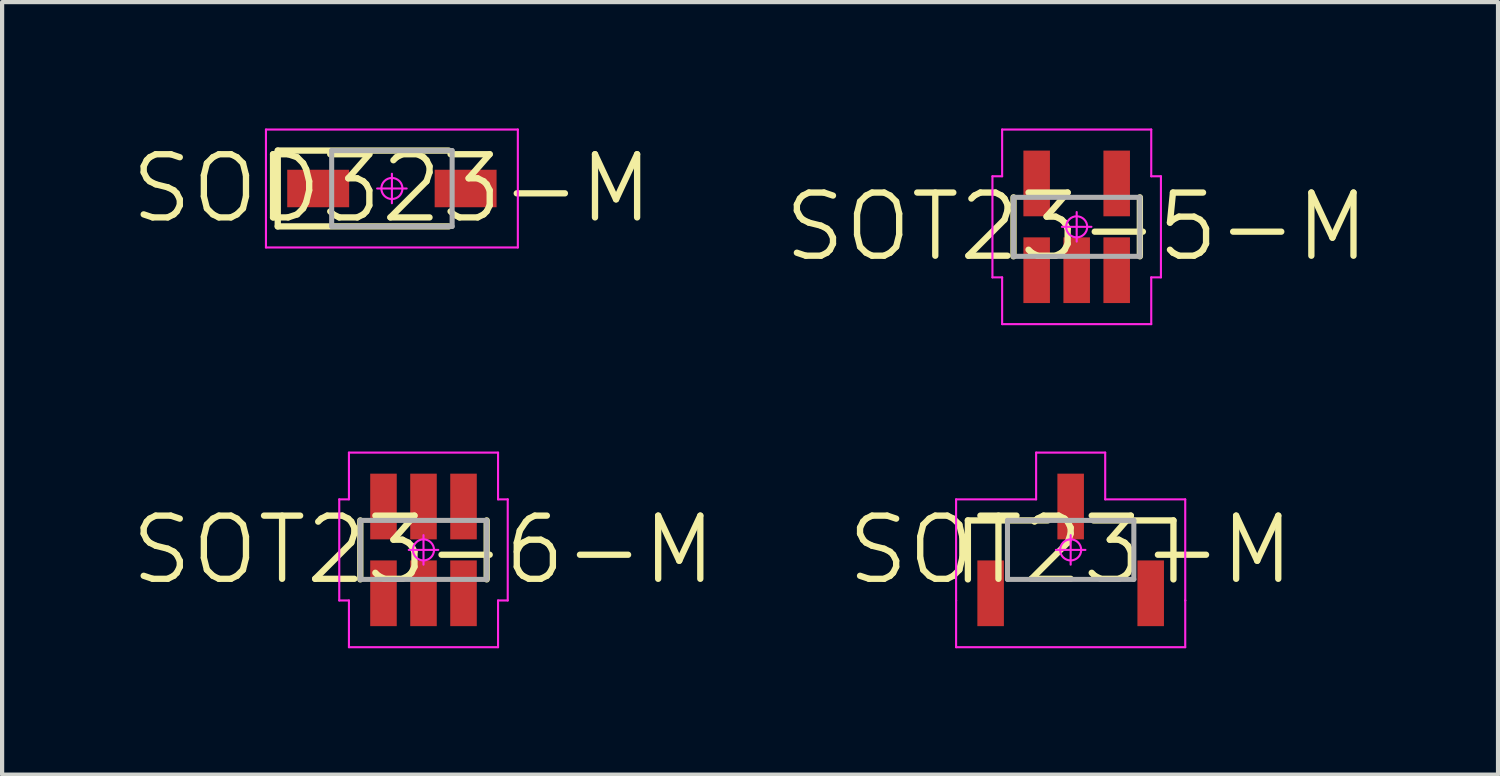
<source format=kicad_pcb>
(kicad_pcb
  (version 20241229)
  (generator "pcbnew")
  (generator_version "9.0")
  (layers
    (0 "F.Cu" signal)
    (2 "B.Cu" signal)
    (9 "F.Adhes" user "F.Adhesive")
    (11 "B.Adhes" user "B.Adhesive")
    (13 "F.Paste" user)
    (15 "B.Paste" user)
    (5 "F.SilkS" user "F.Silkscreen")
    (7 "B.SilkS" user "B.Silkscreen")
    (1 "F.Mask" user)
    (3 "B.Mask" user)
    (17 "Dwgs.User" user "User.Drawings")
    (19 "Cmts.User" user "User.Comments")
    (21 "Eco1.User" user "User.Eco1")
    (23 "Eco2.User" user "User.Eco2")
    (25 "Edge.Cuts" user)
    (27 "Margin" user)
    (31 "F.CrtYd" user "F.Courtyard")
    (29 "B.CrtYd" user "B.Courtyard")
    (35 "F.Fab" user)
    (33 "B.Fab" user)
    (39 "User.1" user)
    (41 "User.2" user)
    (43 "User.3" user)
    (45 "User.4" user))
  (footprint "SOD323-M"
    (layer "F.Cu")
    (at 6.254 1.425)
    (property "Reference" "SOD323-M" (at 0 0 0) (layer "F.SilkS") (effects (font (size 1.5 1.5) (thickness 0.15))))
    (attr smd)
    (fp_line (start -2.71 -0.9) (end -2.71 0.9) (stroke (width 0.15) (type solid)) (layer "F.SilkS"))
    (fp_line (start -2.71 0.9) (end 1.35 0.9) (stroke (width 0.15) (type solid)) (layer "F.SilkS"))
    (fp_line (start 1.35 -0.9) (end -2.71 -0.9) (stroke (width 0.15) (type solid)) (layer "F.SilkS"))
    (fp_line (start -2.99 -1.4) (end 2.99 -1.4) (stroke (width 0.05) (type solid)) (layer "F.CrtYd"))
    (fp_line (start -2.99 1.4) (end -2.99 -1.4) (stroke (width 0.05) (type solid)) (layer "F.CrtYd"))
    (fp_line (start 0 -0.35) (end 0 0.35) (stroke (width 0.05) (type solid)) (layer "F.CrtYd"))
    (fp_line (start 0.35 0) (end -0.35 0) (stroke (width 0.05) (type solid)) (layer "F.CrtYd"))
    (fp_line (start 2.99 -1.4) (end 2.99 1.4) (stroke (width 0.05) (type solid)) (layer "F.CrtYd"))
    (fp_line (start 2.99 1.4) (end -2.99 1.4) (stroke (width 0.05) (type solid)) (layer "F.CrtYd"))
    (fp_circle (center 0 0) (end 0 0.25) (stroke (width 0.05) (type solid)) (fill no) (layer "F.CrtYd"))
    (fp_line (start -1.43 -0.9) (end 1.43 -0.9) (stroke (width 0.12) (type solid)) (layer "F.Fab"))
    (fp_line (start -1.43 0.9) (end -1.43 -0.9) (stroke (width 0.12) (type solid)) (layer "F.Fab"))
    (fp_line (start 1.43 -0.9) (end 1.43 0.9) (stroke (width 0.12) (type solid)) (layer "F.Fab"))
    (fp_line (start 1.43 0.9) (end -1.43 0.9) (stroke (width 0.12) (type solid)) (layer "F.Fab"))
    (pad "A" smd rect (at 1.75 0) (size 1.47 0.89) (layers "F.Cu" "F.Mask" "F.Paste"))
    (pad "C" smd rect (at -1.75 0) (size 1.47 0.89) (layers "F.Cu" "F.Mask" "F.Paste")))
  (footprint "SOT23-5-M"
    (layer "F.Cu")
    (at 22.511 2.335)
    (property "Reference" "SOT23-5-M" (at 0 0 0) (layer "F.SilkS") (effects (font (size 1.5 1.5) (thickness 0.15))))
    (attr smd)
    (fp_line (start -1.5 0.7) (end -1.5 -0.7) (stroke (width 0.15) (type solid)) (layer "F.SilkS"))
    (fp_line (start 1.5 0.7) (end 1.5 -0.7) (stroke (width 0.15) (type solid)) (layer "F.SilkS"))
    (fp_line (start -2 -1.2) (end -2 1.2) (stroke (width 0.05) (type solid)) (layer "F.CrtYd"))
    (fp_line (start -2 1.2) (end -1.77 1.2) (stroke (width 0.05) (type solid)) (layer "F.CrtYd"))
    (fp_line (start -1.77 -2.31) (end -1.77 -1.2) (stroke (width 0.05) (type solid)) (layer "F.CrtYd"))
    (fp_line (start -1.77 -1.2) (end -2 -1.2) (stroke (width 0.05) (type solid)) (layer "F.CrtYd"))
    (fp_line (start -1.77 1.2) (end -1.77 2.31) (stroke (width 0.05) (type solid)) (layer "F.CrtYd"))
    (fp_line (start -1.77 2.31) (end 1.77 2.31) (stroke (width 0.05) (type solid)) (layer "F.CrtYd"))
    (fp_line (start -0.35 0) (end 0.35 0) (stroke (width 0.05) (type solid)) (layer "F.CrtYd"))
    (fp_line (start 0 -0.35) (end 0 0.35) (stroke (width 0.05) (type solid)) (layer "F.CrtYd"))
    (fp_line (start 1.77 -2.31) (end -1.77 -2.31) (stroke (width 0.05) (type solid)) (layer "F.CrtYd"))
    (fp_line (start 1.77 -1.2) (end 1.77 -2.31) (stroke (width 0.05) (type solid)) (layer "F.CrtYd"))
    (fp_line (start 1.77 1.2) (end 2 1.2) (stroke (width 0.05) (type solid)) (layer "F.CrtYd"))
    (fp_line (start 1.77 2.31) (end 1.77 1.2) (stroke (width 0.05) (type solid)) (layer "F.CrtYd"))
    (fp_line (start 2 -1.2) (end 1.77 -1.2) (stroke (width 0.05) (type solid)) (layer "F.CrtYd"))
    (fp_line (start 2 1.2) (end 2 -1.2) (stroke (width 0.05) (type solid)) (layer "F.CrtYd"))
    (fp_circle (center 0 0) (end 0 0.25) (stroke (width 0.05) (type solid)) (fill no) (layer "F.CrtYd"))
    (fp_line (start -1.5 -0.7) (end 1.5 -0.7) (stroke (width 0.12) (type solid)) (layer "F.Fab"))
    (fp_line (start -1.5 0.7) (end -1.5 -0.7) (stroke (width 0.12) (type solid)) (layer "F.Fab"))
    (fp_line (start 1.5 -0.7) (end 1.5 0.7) (stroke (width 0.12) (type solid)) (layer "F.Fab"))
    (fp_line (start 1.5 0.7) (end -1.5 0.7) (stroke (width 0.12) (type solid)) (layer "F.Fab"))
    (pad "1" smd rect (at -0.95 1.03 90) (size 1.56 0.63) (layers "F.Cu" "F.Mask" "F.Paste"))
    (pad "2" smd rect (at 0 1.03 90) (size 1.56 0.63) (layers "F.Cu" "F.Mask" "F.Paste"))
    (pad "3" smd rect (at 0.95 1.03 90) (size 1.56 0.63) (layers "F.Cu" "F.Mask" "F.Paste"))
    (pad "4" smd rect (at 0.95 -1.03 90) (size 1.56 0.63) (layers "F.Cu" "F.Mask" "F.Paste"))
    (pad "5" smd rect (at -0.95 -1.03 90) (size 1.56 0.63) (layers "F.Cu" "F.Mask" "F.Paste")))
  (footprint "SOT23-6-M"
    (layer "F.Cu")
    (at 7.004 10.005)
    (property "Reference" "SOT23-6-M" (at 0 0 0) (layer "F.SilkS") (effects (font (size 1.5 1.5) (thickness 0.15))))
    (attr smd)
    (fp_line (start -1.5 0.7) (end -1.5 -0.7) (stroke (width 0.15) (type solid)) (layer "F.SilkS"))
    (fp_line (start 1.5 0.7) (end 1.5 -0.7) (stroke (width 0.15) (type solid)) (layer "F.SilkS"))
    (fp_line (start -2 -1.2) (end -2 1.2) (stroke (width 0.05) (type solid)) (layer "F.CrtYd"))
    (fp_line (start -2 1.2) (end -1.77 1.2) (stroke (width 0.05) (type solid)) (layer "F.CrtYd"))
    (fp_line (start -1.77 -2.31) (end -1.77 -1.2) (stroke (width 0.05) (type solid)) (layer "F.CrtYd"))
    (fp_line (start -1.77 -1.2) (end -2 -1.2) (stroke (width 0.05) (type solid)) (layer "F.CrtYd"))
    (fp_line (start -1.77 1.2) (end -1.77 2.31) (stroke (width 0.05) (type solid)) (layer "F.CrtYd"))
    (fp_line (start -1.77 2.31) (end 1.77 2.31) (stroke (width 0.05) (type solid)) (layer "F.CrtYd"))
    (fp_line (start -0.35 0) (end 0.35 0) (stroke (width 0.05) (type solid)) (layer "F.CrtYd"))
    (fp_line (start 0 -0.35) (end 0 0.35) (stroke (width 0.05) (type solid)) (layer "F.CrtYd"))
    (fp_line (start 1.77 -2.31) (end -1.77 -2.31) (stroke (width 0.05) (type solid)) (layer "F.CrtYd"))
    (fp_line (start 1.77 -1.2) (end 1.77 -2.31) (stroke (width 0.05) (type solid)) (layer "F.CrtYd"))
    (fp_line (start 1.77 1.2) (end 2 1.2) (stroke (width 0.05) (type solid)) (layer "F.CrtYd"))
    (fp_line (start 1.77 2.31) (end 1.77 1.2) (stroke (width 0.05) (type solid)) (layer "F.CrtYd"))
    (fp_line (start 2 -1.2) (end 1.77 -1.2) (stroke (width 0.05) (type solid)) (layer "F.CrtYd"))
    (fp_line (start 2 1.2) (end 2 -1.2) (stroke (width 0.05) (type solid)) (layer "F.CrtYd"))
    (fp_circle (center 0 0) (end 0 0.25) (stroke (width 0.05) (type solid)) (fill no) (layer "F.CrtYd"))
    (fp_line (start -1.5 -0.7) (end 1.5 -0.7) (stroke (width 0.12) (type solid)) (layer "F.Fab"))
    (fp_line (start -1.5 0.7) (end -1.5 -0.7) (stroke (width 0.12) (type solid)) (layer "F.Fab"))
    (fp_line (start 1.5 -0.7) (end 1.5 0.7) (stroke (width 0.12) (type solid)) (layer "F.Fab"))
    (fp_line (start 1.5 0.7) (end -1.5 0.7) (stroke (width 0.12) (type solid)) (layer "F.Fab"))
    (pad "1" smd rect (at -0.95 1.03 90) (size 1.56 0.63) (layers "F.Cu" "F.Mask" "F.Paste"))
    (pad "2" smd rect (at 0 1.03 90) (size 1.56 0.63) (layers "F.Cu" "F.Mask" "F.Paste"))
    (pad "3" smd rect (at 0.95 1.03 90) (size 1.56 0.63) (layers "F.Cu" "F.Mask" "F.Paste"))
    (pad "4" smd rect (at 0.95 -1.03 90) (size 1.56 0.63) (layers "F.Cu" "F.Mask" "F.Paste"))
    (pad "5" smd rect (at 0 -1.03 90) (size 1.56 0.63) (layers "F.Cu" "F.Mask" "F.Paste"))
    (pad "6" smd rect (at -0.95 -1.03 90) (size 1.56 0.63) (layers "F.Cu" "F.Mask" "F.Paste")))
  (footprint "SOT23-M"
    (layer "F.Cu")
    (at 22.368 10.005)
    (property "Reference" "SOT23-M" (at 0 0 0) (layer "F.SilkS") (effects (font (size 1.5 1.5) (thickness 0.15))))
    (attr smd)
    (fp_line (start -2.44 -0.7) (end -0.54 -0.7) (stroke (width 0.15) (type solid)) (layer "F.SilkS"))
    (fp_line (start -2.44 0.7) (end -2.44 -0.7) (stroke (width 0.15) (type solid)) (layer "F.SilkS"))
    (fp_line (start 2.44 -0.7) (end 0.54 -0.7) (stroke (width 0.15) (type solid)) (layer "F.SilkS"))
    (fp_line (start 2.44 0.7) (end 2.44 -0.7) (stroke (width 0.15) (type solid)) (layer "F.SilkS"))
    (fp_line (start -2.72 -1.2) (end -2.72 1.2) (stroke (width 0.05) (type solid)) (layer "F.CrtYd"))
    (fp_line (start -2.72 1.2) (end -2.72 1.2) (stroke (width 0.05) (type solid)) (layer "F.CrtYd"))
    (fp_line (start -2.72 1.2) (end -2.72 2.31) (stroke (width 0.05) (type solid)) (layer "F.CrtYd"))
    (fp_line (start -2.72 2.31) (end 2.72 2.31) (stroke (width 0.05) (type solid)) (layer "F.CrtYd"))
    (fp_line (start -0.82 -2.31) (end -0.82 -1.2) (stroke (width 0.05) (type solid)) (layer "F.CrtYd"))
    (fp_line (start -0.82 -1.2) (end -2.72 -1.2) (stroke (width 0.05) (type solid)) (layer "F.CrtYd"))
    (fp_line (start -0.35 0) (end 0.35 0) (stroke (width 0.05) (type solid)) (layer "F.CrtYd"))
    (fp_line (start 0 -0.35) (end 0 0.35) (stroke (width 0.05) (type solid)) (layer "F.CrtYd"))
    (fp_line (start 0.82 -2.31) (end -0.82 -2.31) (stroke (width 0.05) (type solid)) (layer "F.CrtYd"))
    (fp_line (start 0.82 -1.2) (end 0.82 -2.31) (stroke (width 0.05) (type solid)) (layer "F.CrtYd"))
    (fp_line (start 2.72 -1.2) (end 0.82 -1.2) (stroke (width 0.05) (type solid)) (layer "F.CrtYd"))
    (fp_line (start 2.72 1.2) (end 2.72 -1.2) (stroke (width 0.05) (type solid)) (layer "F.CrtYd"))
    (fp_line (start 2.72 1.2) (end 2.72 1.2) (stroke (width 0.05) (type solid)) (layer "F.CrtYd"))
    (fp_line (start 2.72 2.31) (end 2.72 1.2) (stroke (width 0.05) (type solid)) (layer "F.CrtYd"))
    (fp_circle (center 0 0) (end 0 0.25) (stroke (width 0.05) (type solid)) (fill no) (layer "F.CrtYd"))
    (fp_line (start -1.5 -0.7) (end 1.5 -0.7) (stroke (width 0.12) (type solid)) (layer "F.Fab"))
    (fp_line (start -1.5 0.7) (end -1.5 -0.7) (stroke (width 0.12) (type solid)) (layer "F.Fab"))
    (fp_line (start 1.5 -0.7) (end 1.5 0.7) (stroke (width 0.12) (type solid)) (layer "F.Fab"))
    (fp_line (start 1.5 0.7) (end -1.5 0.7) (stroke (width 0.12) (type solid)) (layer "F.Fab"))
    (pad "1" smd rect (at -1.9 1.03 90) (size 1.56 0.63) (layers "F.Cu" "F.Mask" "F.Paste"))
    (pad "2" smd rect (at 1.9 1.03 90) (size 1.56 0.63) (layers "F.Cu" "F.Mask" "F.Paste"))
    (pad "3" smd rect (at 0 -1.03 90) (size 1.56 0.63) (layers "F.Cu" "F.Mask" "F.Paste")))
  (gr_rect
    (start -3 -3)
    (end 32.514 15.34)
    (stroke (width 0.1) (type default))
    (fill no)
    (layer "Edge.Cuts")))
</source>
